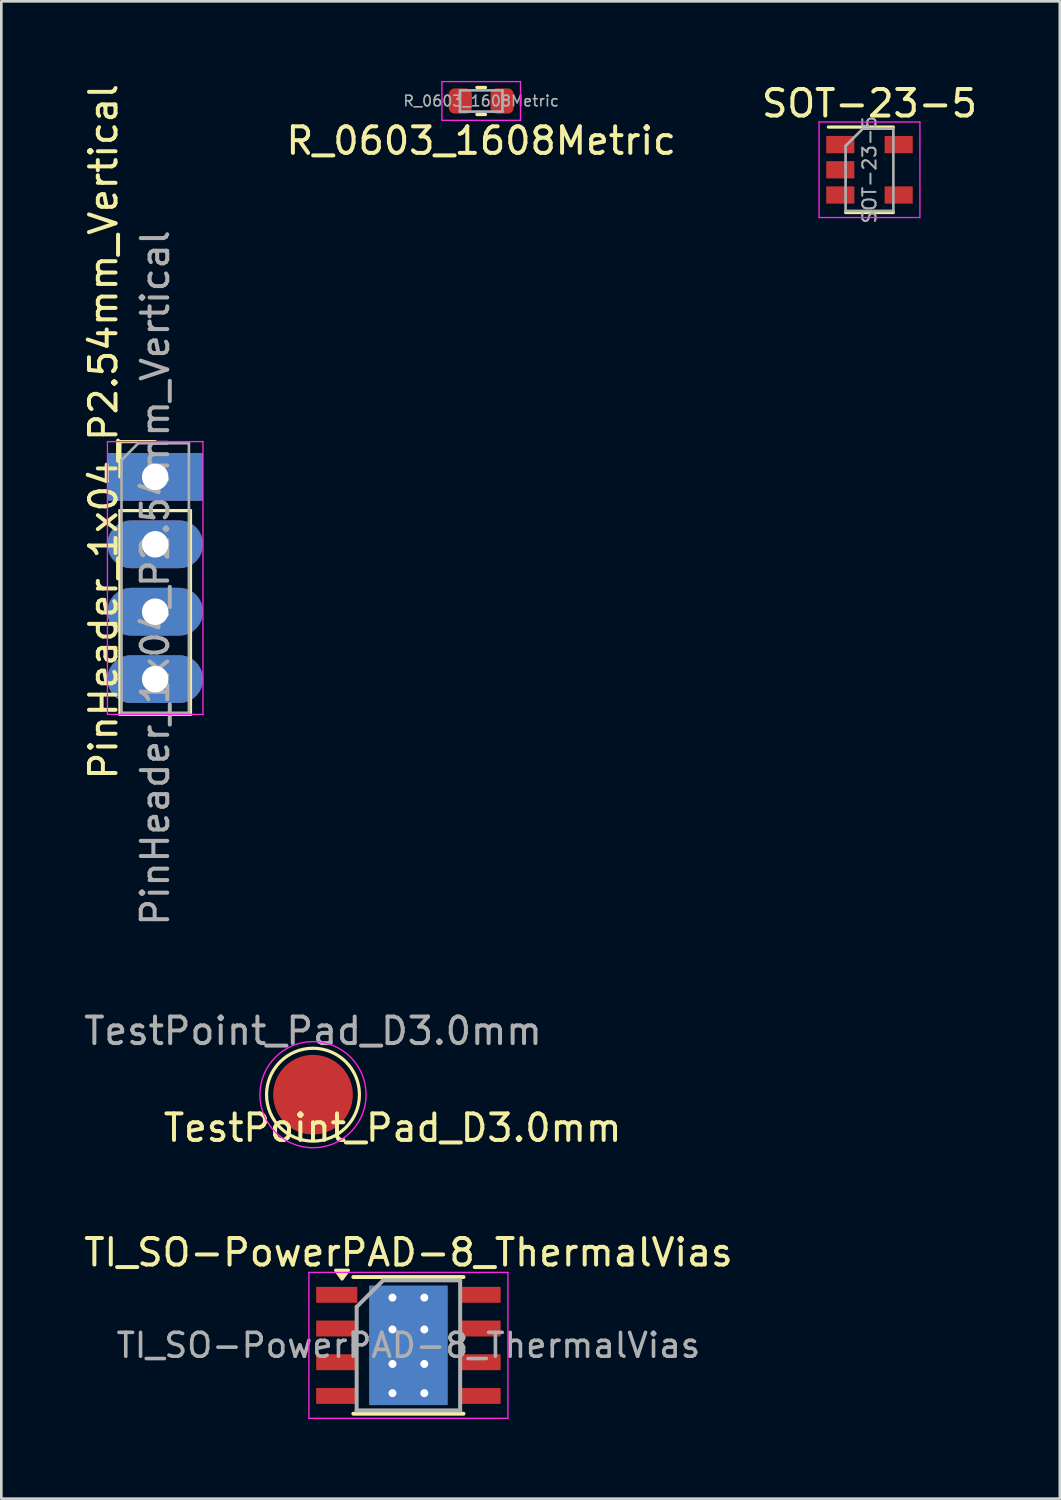
<source format=kicad_pcb>
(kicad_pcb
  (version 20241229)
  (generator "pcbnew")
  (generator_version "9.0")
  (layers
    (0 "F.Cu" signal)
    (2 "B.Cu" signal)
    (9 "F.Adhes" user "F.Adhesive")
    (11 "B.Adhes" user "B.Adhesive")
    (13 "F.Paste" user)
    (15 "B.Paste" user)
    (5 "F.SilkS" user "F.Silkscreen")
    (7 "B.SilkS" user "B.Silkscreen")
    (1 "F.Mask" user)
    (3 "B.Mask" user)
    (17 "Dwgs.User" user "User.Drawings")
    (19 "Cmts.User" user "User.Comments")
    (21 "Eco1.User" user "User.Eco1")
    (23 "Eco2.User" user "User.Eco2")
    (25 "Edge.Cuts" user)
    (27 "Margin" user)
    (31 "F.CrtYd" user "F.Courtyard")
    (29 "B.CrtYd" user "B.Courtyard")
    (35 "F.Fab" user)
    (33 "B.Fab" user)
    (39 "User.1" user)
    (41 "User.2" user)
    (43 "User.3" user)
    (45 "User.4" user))
  (footprint "TestPoint_Pad_D3.0mm"
    (layer "F.Cu")
    (at 8.744 38.199)
    (property "Reference" "TestPoint_Pad_D3.0mm" (at 3 1.25 0) (layer "F.SilkS") (effects (font (size 1 1) (thickness 0.15))))
    (attr exclude_from_pos_files exclude_from_bom)
    (fp_circle (center 0 0) (end 0 1.75) (stroke (width 0.12) (type solid)) (fill no) (layer "F.SilkS"))
    (fp_circle (center 0 0) (end 2 0) (stroke (width 0.05) (type solid)) (fill no) (layer "F.CrtYd"))
    (fp_text user "${REFERENCE}" (at 0 -2.4 0) (layer "F.Fab") (effects (font (size 1 1) (thickness 0.15))))
    (pad "1" smd circle (at 0 0) (size 3 3) (layers "F.Cu" "F.Mask")))
  (footprint "PinHeader_1x04_P2.54mm_Vertical"
    (layer "F.Cu")
    (at 2.798 14.92)
    (property "Reference" "PinHeader_1x04_P2.54mm_Vertical" (at -1.95 -1.7 90) (layer "F.SilkS") (effects (font (size 1 1) (thickness 0.15))))
    (attr through_hole)
    (fp_line (start -1.33 -1.33) (end 0 -1.33) (stroke (width 0.12) (type solid)) (layer "F.SilkS"))
    (fp_line (start -1.33 0) (end -1.33 -1.33) (stroke (width 0.12) (type solid)) (layer "F.SilkS"))
    (fp_line (start -1.33 1.27) (end -1.33 8.95) (stroke (width 0.12) (type solid)) (layer "F.SilkS"))
    (fp_line (start -1.33 1.27) (end 1.33 1.27) (stroke (width 0.12) (type solid)) (layer "F.SilkS"))
    (fp_line (start -1.33 8.95) (end 1.33 8.95) (stroke (width 0.12) (type solid)) (layer "F.SilkS"))
    (fp_line (start 1.33 1.27) (end 1.33 8.95) (stroke (width 0.12) (type solid)) (layer "F.SilkS"))
    (fp_line (start -1.8 -1.33) (end -1.8 8.95) (stroke (width 0.05) (type solid)) (layer "F.CrtYd"))
    (fp_line (start -1.8 8.95) (end 1.8 8.95) (stroke (width 0.05) (type solid)) (layer "F.CrtYd"))
    (fp_line (start 1.8 -1.33) (end -1.8 -1.33) (stroke (width 0.05) (type solid)) (layer "F.CrtYd"))
    (fp_line (start 1.8 8.95) (end 1.8 -1.33) (stroke (width 0.05) (type solid)) (layer "F.CrtYd"))
    (fp_line (start -1.27 -0.635) (end -0.635 -1.27) (stroke (width 0.1) (type solid)) (layer "F.Fab"))
    (fp_line (start -1.27 8.89) (end -1.27 -0.635) (stroke (width 0.1) (type solid)) (layer "F.Fab"))
    (fp_line (start -0.635 -1.27) (end 1.27 -1.27) (stroke (width 0.1) (type solid)) (layer "F.Fab"))
    (fp_line (start 1.27 -1.27) (end 1.27 8.89) (stroke (width 0.1) (type solid)) (layer "F.Fab"))
    (fp_line (start 1.27 8.89) (end -1.27 8.89) (stroke (width 0.1) (type solid)) (layer "F.Fab"))
    (fp_text user "${REFERENCE}" (at 0 3.81 270) (layer "F.Fab") (effects (font (size 1 1) (thickness 0.15))))
    (pad "1" thru_hole rect (at 0 0) (size 3.6 1.8) (drill 1) (layers "*.Cu" "*.Mask"))
    (pad "2" thru_hole oval (at 0 2.54) (size 3.6 1.8) (drill 1) (layers "*.Cu" "*.Mask"))
    (pad "3" thru_hole oval (at 0 5.08) (size 3.6 1.8) (drill 1) (layers "*.Cu" "*.Mask"))
    (pad "4" thru_hole oval (at 0 7.62) (size 3.6 1.8) (drill 1) (layers "*.Cu" "*.Mask")))
  (footprint "SOT-23-5"
    (layer "F.Cu")
    (at 29.713 3.348)
    (property "Reference" "SOT-23-5" (at 0 -2.5 0) (layer "F.SilkS") (effects (font (size 1 1) (thickness 0.15))))
    (attr smd)
    (fp_line (start -0.9 1.61) (end 0.9 1.61) (stroke (width 0.12) (type solid)) (layer "F.SilkS"))
    (fp_line (start 0.9 -1.61) (end -1.55 -1.61) (stroke (width 0.12) (type solid)) (layer "F.SilkS"))
    (fp_line (start -1.9 -1.8) (end 1.9 -1.8) (stroke (width 0.05) (type solid)) (layer "F.CrtYd"))
    (fp_line (start -1.9 1.8) (end -1.9 -1.8) (stroke (width 0.05) (type solid)) (layer "F.CrtYd"))
    (fp_line (start 1.9 -1.8) (end 1.9 1.8) (stroke (width 0.05) (type solid)) (layer "F.CrtYd"))
    (fp_line (start 1.9 1.8) (end -1.9 1.8) (stroke (width 0.05) (type solid)) (layer "F.CrtYd"))
    (fp_line (start -0.9 -0.9) (end -0.9 1.55) (stroke (width 0.1) (type solid)) (layer "F.Fab"))
    (fp_line (start -0.9 -0.9) (end -0.25 -1.55) (stroke (width 0.1) (type solid)) (layer "F.Fab"))
    (fp_line (start 0.9 -1.55) (end -0.25 -1.55) (stroke (width 0.1) (type solid)) (layer "F.Fab"))
    (fp_line (start 0.9 -1.55) (end 0.9 1.55) (stroke (width 0.1) (type solid)) (layer "F.Fab"))
    (fp_line (start 0.9 1.55) (end -0.9 1.55) (stroke (width 0.1) (type solid)) (layer "F.Fab"))
    (fp_text user "${REFERENCE}" (at 0 0 90) (layer "F.Fab") (effects (font (size 0.5 0.5) (thickness 0.075))))
    (pad "1" smd rect (at -1.1 -0.95) (size 1.06 0.65) (layers "F.Cu" "F.Mask" "F.Paste"))
    (pad "2" smd rect (at -1.1 0) (size 1.06 0.65) (layers "F.Cu" "F.Mask" "F.Paste"))
    (pad "3" smd rect (at -1.1 0.95) (size 1.06 0.65) (layers "F.Cu" "F.Mask" "F.Paste"))
    (pad "4" smd rect (at 1.1 0.95) (size 1.06 0.65) (layers "F.Cu" "F.Mask" "F.Paste"))
    (pad "5" smd rect (at 1.1 -0.95) (size 1.06 0.65) (layers "F.Cu" "F.Mask" "F.Paste")))
  (footprint "TI_SO-PowerPAD-8_ThermalVias"
    (layer "F.Cu")
    (at 12.339 47.645)
    (property "Reference" "TI_SO-PowerPAD-8_ThermalVias" (at 0 -3.5 0) (layer "F.SilkS") (effects (font (size 1 1) (thickness 0.15))))
    (attr smd)
    (fp_line (start -2.075 -2.575) (end 2.075 -2.575) (stroke (width 0.15) (type solid)) (layer "F.SilkS"))
    (fp_line (start -2.075 2.575) (end 2.075 2.575) (stroke (width 0.15) (type solid)) (layer "F.SilkS"))
    (fp_poly (pts (xy -2.5 -2.5) (xy -2.74 -2.83) (xy -2.26 -2.83) (xy -2.5 -2.5)) (stroke (width 0.12) (type solid)) (fill yes) (layer "F.SilkS"))
    (fp_line (start -3.75 -2.75) (end -3.75 2.75) (stroke (width 0.05) (type solid)) (layer "F.CrtYd"))
    (fp_line (start -3.75 -2.75) (end 3.75 -2.75) (stroke (width 0.05) (type solid)) (layer "F.CrtYd"))
    (fp_line (start -3.75 2.75) (end 3.75 2.75) (stroke (width 0.05) (type solid)) (layer "F.CrtYd"))
    (fp_line (start 3.75 -2.75) (end 3.75 2.75) (stroke (width 0.05) (type solid)) (layer "F.CrtYd"))
    (fp_line (start -1.95 -1.45) (end -0.95 -2.45) (stroke (width 0.15) (type solid)) (layer "F.Fab"))
    (fp_line (start -1.95 2.45) (end -1.95 -1.45) (stroke (width 0.15) (type solid)) (layer "F.Fab"))
    (fp_line (start -0.95 -2.45) (end 1.95 -2.45) (stroke (width 0.15) (type solid)) (layer "F.Fab"))
    (fp_line (start 1.95 -2.45) (end 1.95 2.45) (stroke (width 0.15) (type solid)) (layer "F.Fab"))
    (fp_line (start 1.95 2.45) (end -1.95 2.45) (stroke (width 0.15) (type solid)) (layer "F.Fab"))
    (fp_text user "${REFERENCE}" (at 0 0 0) (layer "F.Fab") (effects (font (size 0.9 0.9) (thickness 0.135))))
    (pad "1" smd rect (at -2.7 -1.905) (size 1.55 0.6) (layers "F.Cu" "F.Mask" "F.Paste"))
    (pad "2" smd rect (at -2.7 -0.635) (size 1.55 0.6) (layers "F.Cu" "F.Mask" "F.Paste"))
    (pad "3" smd rect (at -2.7 0.635) (size 1.55 0.6) (layers "F.Cu" "F.Mask" "F.Paste"))
    (pad "4" smd rect (at -2.7 1.905) (size 1.55 0.6) (layers "F.Cu" "F.Mask" "F.Paste"))
    (pad "5" smd rect (at 2.7 1.905) (size 1.55 0.6) (layers "F.Cu" "F.Mask" "F.Paste"))
    (pad "6" smd rect (at 2.7 0.635) (size 1.55 0.6) (layers "F.Cu" "F.Mask" "F.Paste"))
    (pad "7" smd rect (at 2.7 -0.635) (size 1.55 0.6) (layers "F.Cu" "F.Mask" "F.Paste"))
    (pad "8" smd rect (at 2.7 -1.905) (size 1.55 0.6) (layers "F.Cu" "F.Mask" "F.Paste"))
    (pad "9" thru_hole circle (at -0.6 -1.8) (size 0.6 0.6) (drill 0.3) (layers "*.Cu"))
    (pad "9" thru_hole circle (at -0.6 -0.6) (size 0.6 0.6) (drill 0.3) (layers "*.Cu"))
    (pad "9" thru_hole circle (at -0.6 0.7) (size 0.6 0.6) (drill 0.3) (layers "*.Cu"))
    (pad "9" thru_hole circle (at -0.6 1.8) (size 0.6 0.6) (drill 0.3) (layers "*.Cu"))
    (pad "9" smd rect (at 0 0) (size 2.6 3.1) (layers "F.Cu" "F.Mask" "F.Paste"))
    (pad "9" smd rect (at 0 0) (size 2.95 4.5) (layers "F.Cu"))
    (pad "9" smd rect (at 0 0) (size 2.95 4.5) (layers "B.Cu"))
    (pad "9" thru_hole circle (at 0.6 -1.8) (size 0.6 0.6) (drill 0.3) (layers "*.Cu"))
    (pad "9" thru_hole circle (at 0.6 -0.6) (size 0.6 0.6) (drill 0.3) (layers "*.Cu"))
    (pad "9" thru_hole circle (at 0.6 0.7) (size 0.6 0.6) (drill 0.3) (layers "*.Cu"))
    (pad "9" thru_hole circle (at 0.6 1.8) (size 0.6 0.6) (drill 0.3) (layers "*.Cu")))
  (footprint "R_0603_1608Metric"
    (layer "F.Cu")
    (at 15.082 0.755)
    (property "Reference" "R_0603_1608Metric" (at 0 1.5 180) (layer "F.SilkS") (effects (font (size 1 1) (thickness 0.15))))
    (attr smd)
    (fp_line (start -0.163 -0.51) (end 0.163 -0.51) (stroke (width 0.12) (type solid)) (layer "F.SilkS"))
    (fp_line (start -0.163 0.51) (end 0.163 0.51) (stroke (width 0.12) (type solid)) (layer "F.SilkS"))
    (fp_line (start -1.48 -0.73) (end 1.48 -0.73) (stroke (width 0.05) (type solid)) (layer "F.CrtYd"))
    (fp_line (start -1.48 0.73) (end -1.48 -0.73) (stroke (width 0.05) (type solid)) (layer "F.CrtYd"))
    (fp_line (start 1.48 -0.73) (end 1.48 0.73) (stroke (width 0.05) (type solid)) (layer "F.CrtYd"))
    (fp_line (start 1.48 0.73) (end -1.48 0.73) (stroke (width 0.05) (type solid)) (layer "F.CrtYd"))
    (fp_line (start -0.8 -0.4) (end 0.8 -0.4) (stroke (width 0.1) (type solid)) (layer "F.Fab"))
    (fp_line (start -0.8 0.4) (end -0.8 -0.4) (stroke (width 0.1) (type solid)) (layer "F.Fab"))
    (fp_line (start 0.8 -0.4) (end 0.8 0.4) (stroke (width 0.1) (type solid)) (layer "F.Fab"))
    (fp_line (start 0.8 0.4) (end -0.8 0.4) (stroke (width 0.1) (type solid)) (layer "F.Fab"))
    (fp_text user "${REFERENCE}" (at 0 0 180) (layer "F.Fab") (effects (font (size 0.4 0.4) (thickness 0.06))))
    (pad "1" smd roundrect (at -0.787 0) (size 0.875 0.95) (layers "F.Cu" "F.Mask" "F.Paste") (roundrect_rratio 0.25))
    (pad "2" smd roundrect (at 0.787 0) (size 0.875 0.95) (layers "F.Cu" "F.Mask" "F.Paste") (roundrect_rratio 0.25)))
  (gr_rect
    (start -3 -3)
    (end 36.885 53.42)
    (stroke (width 0.1) (type default))
    (fill no)
    (layer "Edge.Cuts")))
</source>
